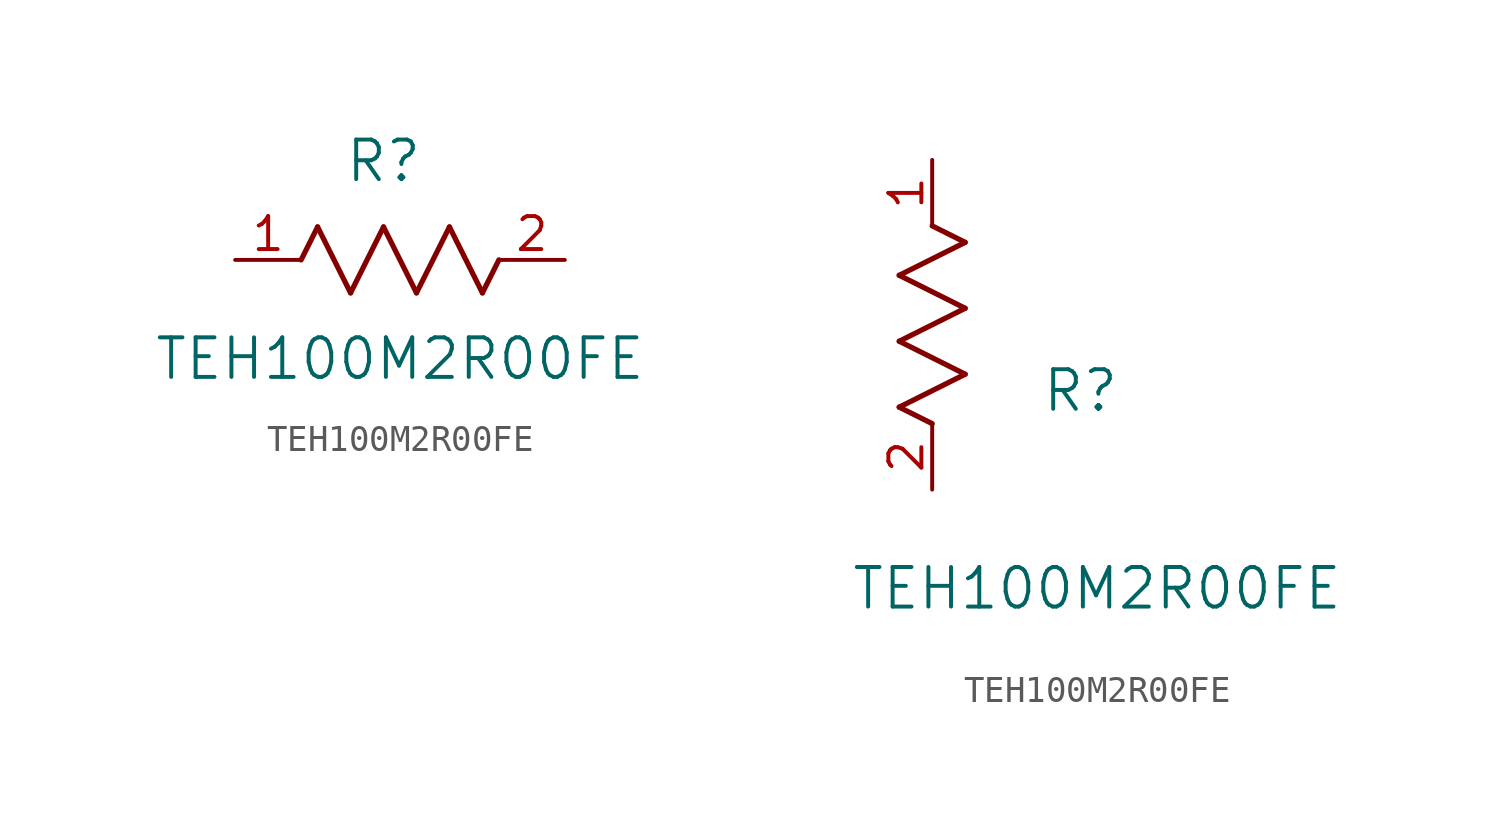
<source format=kicad_sym>
(kicad_symbol_lib
  (version 20211014)
  (generator kicad_symbol_editor)
  (symbol "TEH100M2R00FE"
    (pin_names
      (offset 0.254))
    (property "Reference" "R"
      (at 5.715 3.81 0)
      (effects (font (size 1.524 1.524))))
    (property "Value" "TEH100M2R00FE"
      (at 6.35 -3.81 0)
      (effects (font (size 1.524 1.524))))
    (symbol "TEH100M2R00FE_1_1"
      (polyline (pts (xy 3.175 1.27) (xy 4.445 -1.27)) (stroke (width 0.203) (type default) (color 0 0 0 0)) (fill (type none)))
      (polyline (pts (xy 4.445 -1.27) (xy 5.715 1.27)) (stroke (width 0.203) (type default) (color 0 0 0 0)) (fill (type none)))
      (polyline (pts (xy 5.715 1.27) (xy 6.985 -1.27)) (stroke (width 0.203) (type default) (color 0 0 0 0)) (fill (type none)))
      (polyline (pts (xy 6.985 -1.27) (xy 8.255 1.27)) (stroke (width 0.203) (type default) (color 0 0 0 0)) (fill (type none)))
      (polyline (pts (xy 8.255 1.27) (xy 9.525 -1.27)) (stroke (width 0.203) (type default) (color 0 0 0 0)) (fill (type none)))
      (polyline (pts (xy 2.54 0) (xy 3.175 1.27)) (stroke (width 0.203) (type default) (color 0 0 0 0)) (fill (type none)))
      (polyline (pts (xy 9.525 -1.27) (xy 10.16 0)) (stroke (width 0.203) (type default) (color 0 0 0 0)) (fill (type none)))
      (pin unspecified line (at 0 0 0) (length 2.54) (name "" (effects (font (size 1.27 1.27)))) (number "1" (effects (font (size 1.27 1.27)))))
      (pin unspecified line (at 12.7 0 180) (length 2.54) (name "" (effects (font (size 1.27 1.27)))) (number "2" (effects (font (size 1.27 1.27))))))
    (symbol "TEH100M2R00FE_1_2"
      (polyline (pts (xy 0 2.54) (xy -1.27 3.175)) (stroke (width 0.203) (type default) (color 0 0 0 0)) (fill (type none)))
      (polyline (pts (xy -1.27 3.175) (xy 1.27 4.445)) (stroke (width 0.203) (type default) (color 0 0 0 0)) (fill (type none)))
      (polyline (pts (xy 1.27 4.445) (xy -1.27 5.715)) (stroke (width 0.203) (type default) (color 0 0 0 0)) (fill (type none)))
      (polyline (pts (xy -1.27 5.715) (xy 1.27 6.985)) (stroke (width 0.203) (type default) (color 0 0 0 0)) (fill (type none)))
      (polyline (pts (xy -1.27 8.255) (xy 1.27 9.525)) (stroke (width 0.203) (type default) (color 0 0 0 0)) (fill (type none)))
      (polyline (pts (xy 1.27 9.525) (xy 0 10.16)) (stroke (width 0.203) (type default) (color 0 0 0 0)) (fill (type none)))
      (polyline (pts (xy 1.27 6.985) (xy -1.27 8.255)) (stroke (width 0.203) (type default) (color 0 0 0 0)) (fill (type none)))
      (pin unspecified line (at 0 12.7 270) (length 2.54) (name "" (effects (font (size 1.27 1.27)))) (number "1" (effects (font (size 1.27 1.27)))))
      (pin unspecified line (at 0 0 90) (length 2.54) (name "" (effects (font (size 1.27 1.27)))) (number "2" (effects (font (size 1.27 1.27))))))))
</source>
